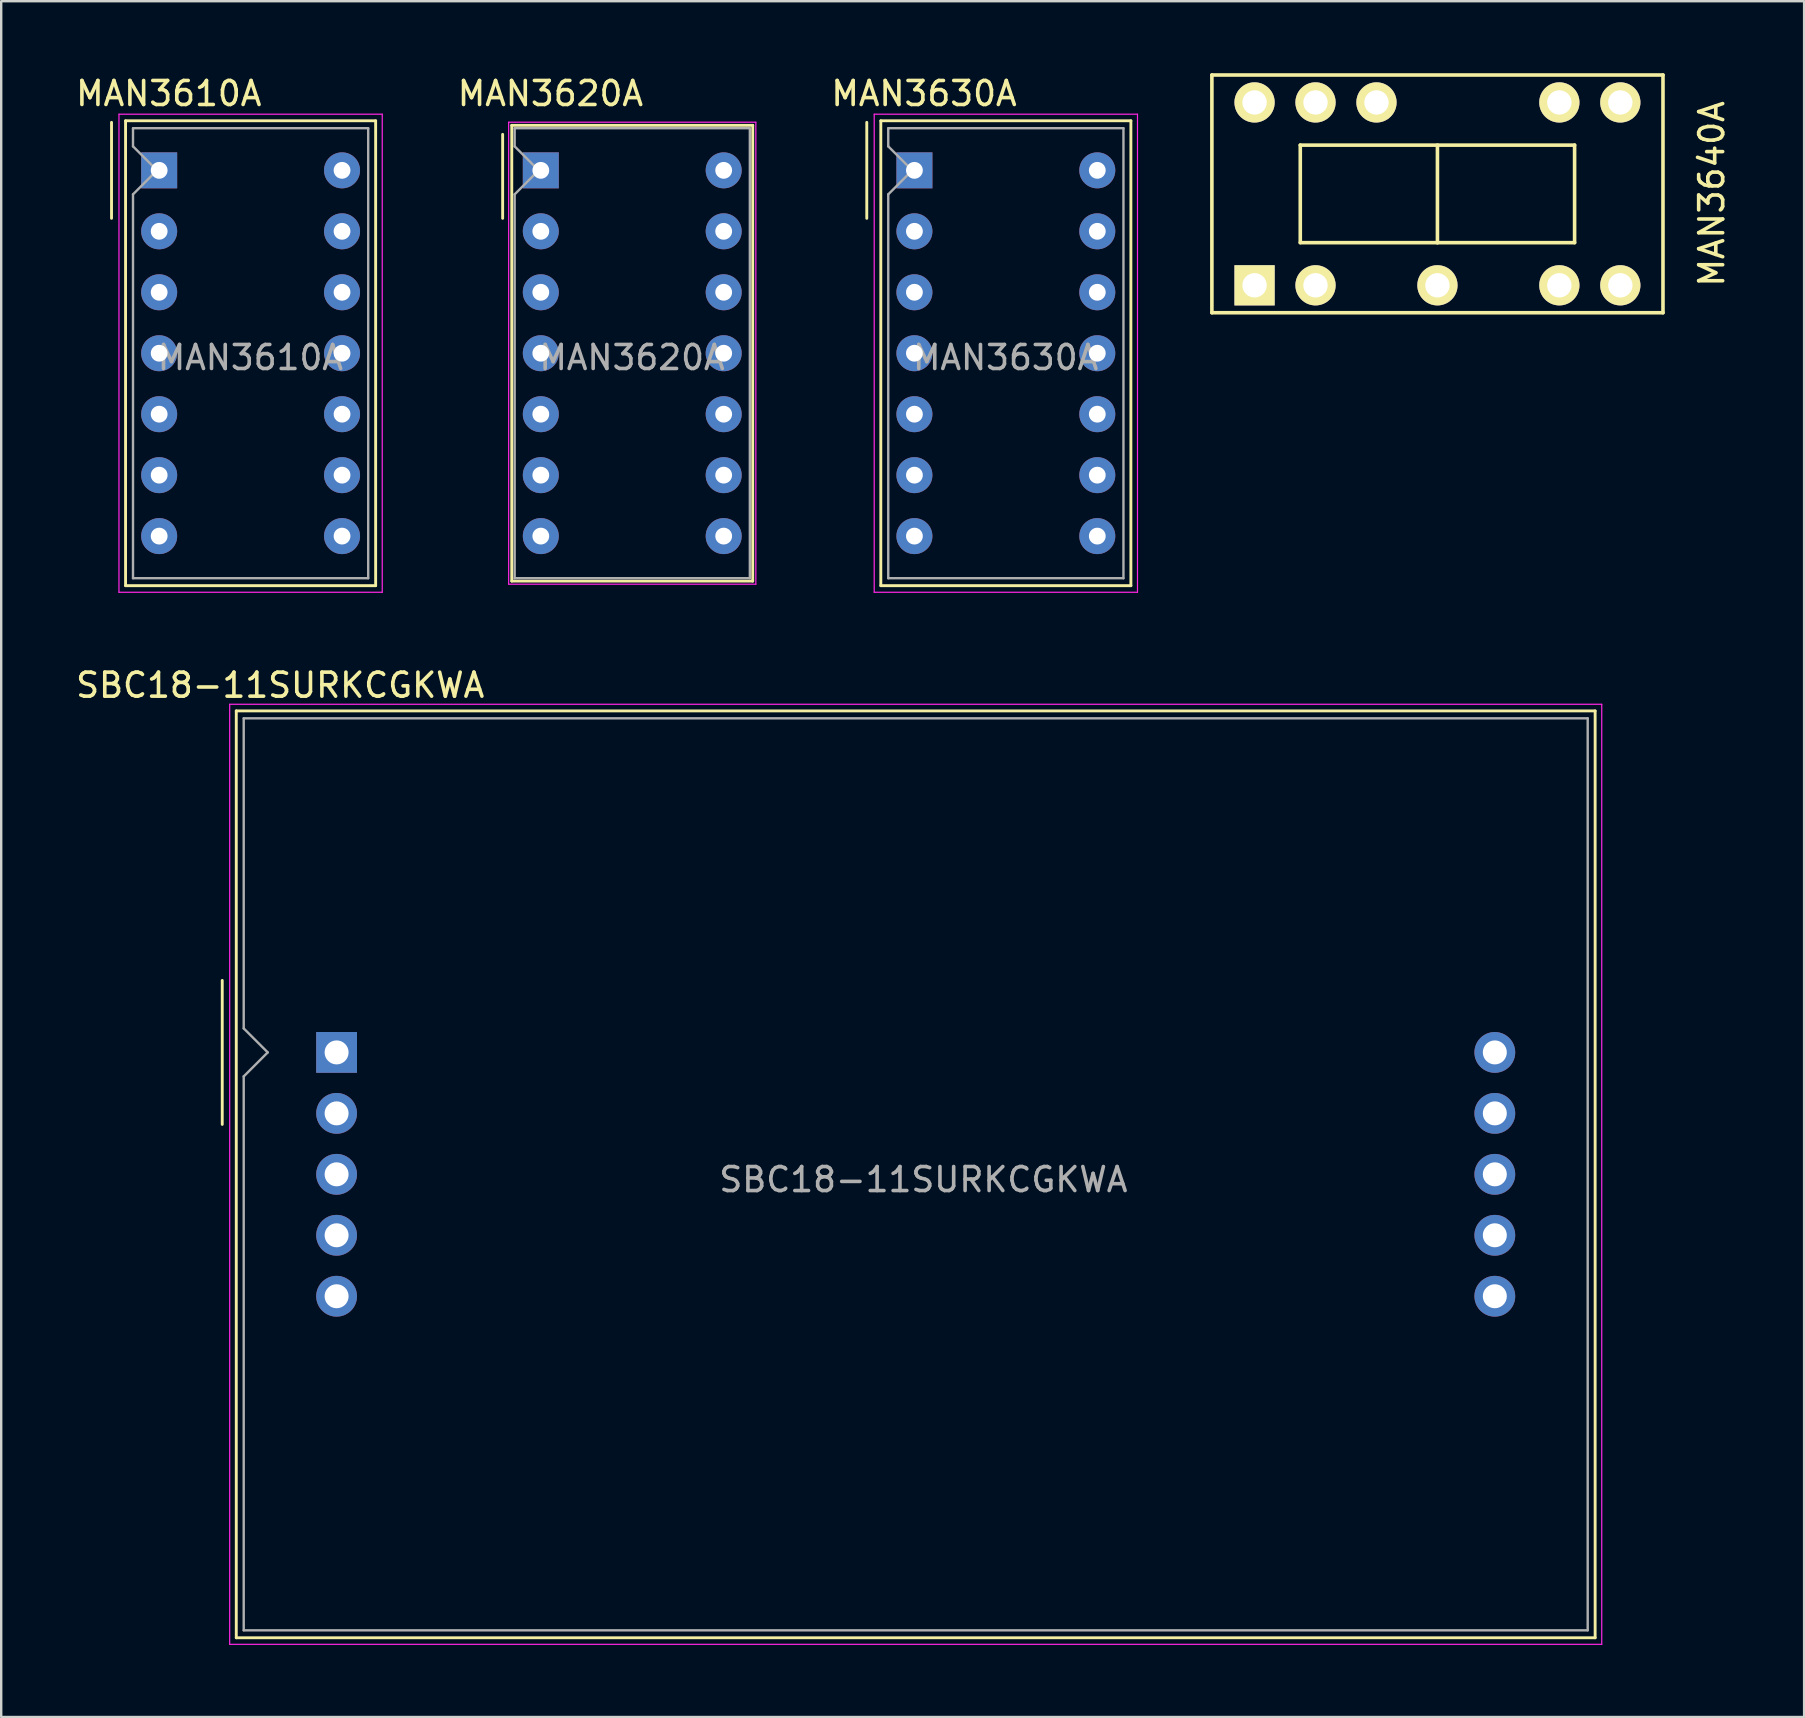
<source format=kicad_pcb>
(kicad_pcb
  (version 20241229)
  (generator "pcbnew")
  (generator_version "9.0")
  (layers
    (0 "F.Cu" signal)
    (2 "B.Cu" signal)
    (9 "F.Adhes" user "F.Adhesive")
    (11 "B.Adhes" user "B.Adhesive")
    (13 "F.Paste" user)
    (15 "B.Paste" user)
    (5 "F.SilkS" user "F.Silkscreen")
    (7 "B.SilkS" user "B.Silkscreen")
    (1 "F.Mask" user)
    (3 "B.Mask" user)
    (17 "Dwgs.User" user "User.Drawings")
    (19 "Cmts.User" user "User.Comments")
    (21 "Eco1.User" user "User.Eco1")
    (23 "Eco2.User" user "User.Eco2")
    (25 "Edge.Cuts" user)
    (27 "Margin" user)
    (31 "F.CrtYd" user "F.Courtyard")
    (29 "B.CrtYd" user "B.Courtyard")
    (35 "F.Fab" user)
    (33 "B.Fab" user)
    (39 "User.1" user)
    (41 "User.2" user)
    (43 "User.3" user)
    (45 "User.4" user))
  (footprint "MAN3630A"
    (layer "F.Cu")
    (at 35.051 4.048)
    (property "Reference" "MAN3630A" (at 0.4 -3.2 0) (layer "F.SilkS") (effects (font (size 1 1) (thickness 0.15))))
    (attr through_hole)
    (fp_line (start -1.985 -2) (end -1.985 2) (stroke (width 0.12) (type solid)) (layer "F.SilkS"))
    (fp_line (start -1.4 -2.065) (end 9.02 -2.065) (stroke (width 0.12) (type solid)) (layer "F.SilkS"))
    (fp_line (start -1.4 17.305) (end -1.4 -2.065) (stroke (width 0.12) (type solid)) (layer "F.SilkS"))
    (fp_line (start 9.02 -2.065) (end 9.02 17.305) (stroke (width 0.12) (type solid)) (layer "F.SilkS"))
    (fp_line (start 9.02 17.305) (end -1.4 17.305) (stroke (width 0.12) (type solid)) (layer "F.SilkS"))
    (fp_line (start -1.675 -2.34) (end 9.295 -2.34) (stroke (width 0.05) (type solid)) (layer "F.CrtYd"))
    (fp_line (start -1.675 17.58) (end -1.675 -2.34) (stroke (width 0.05) (type solid)) (layer "F.CrtYd"))
    (fp_line (start 9.295 -2.34) (end 9.295 17.58) (stroke (width 0.05) (type solid)) (layer "F.CrtYd"))
    (fp_line (start 9.295 17.58) (end -1.675 17.58) (stroke (width 0.05) (type solid)) (layer "F.CrtYd"))
    (fp_line (start -1.09 -1.755) (end 8.71 -1.755) (stroke (width 0.1) (type solid)) (layer "F.Fab"))
    (fp_line (start -1.09 -1) (end -1.09 -1.755) (stroke (width 0.1) (type solid)) (layer "F.Fab"))
    (fp_line (start -1.09 1) (end -0.09 0) (stroke (width 0.1) (type solid)) (layer "F.Fab"))
    (fp_line (start -1.09 16.995) (end -1.09 1) (stroke (width 0.1) (type solid)) (layer "F.Fab"))
    (fp_line (start -0.09 0) (end -1.09 -1) (stroke (width 0.1) (type solid)) (layer "F.Fab"))
    (fp_line (start 8.71 -1.755) (end 8.71 16.995) (stroke (width 0.1) (type solid)) (layer "F.Fab"))
    (fp_line (start 8.71 16.995) (end -1.09 16.995) (stroke (width 0.1) (type solid)) (layer "F.Fab"))
    (fp_text user "${REFERENCE}" (at 3.8 7.8 0) (layer "F.Fab") (effects (font (size 1 1) (thickness 0.15))))
    (pad "1" thru_hole rect (at 0 0) (size 1.5 1.5) (drill 0.7) (layers "*.Cu" "*.Mask"))
    (pad "2" thru_hole circle (at 0 2.54) (size 1.5 1.5) (drill 0.7) (layers "*.Cu" "*.Mask"))
    (pad "3" thru_hole circle (at 0 5.08) (size 1.5 1.5) (drill 0.7) (layers "*.Cu" "*.Mask"))
    (pad "4" thru_hole circle (at 0 7.62) (size 1.5 1.5) (drill 0.7) (layers "*.Cu" "*.Mask"))
    (pad "5" thru_hole circle (at 0 10.16) (size 1.5 1.5) (drill 0.7) (layers "*.Cu" "*.Mask"))
    (pad "6" thru_hole circle (at 0 12.7) (size 1.5 1.5) (drill 0.7) (layers "*.Cu" "*.Mask"))
    (pad "7" thru_hole circle (at 0 15.24) (size 1.5 1.5) (drill 0.7) (layers "*.Cu" "*.Mask"))
    (pad "8" thru_hole circle (at 7.62 15.24) (size 1.5 1.5) (drill 0.7) (layers "*.Cu" "*.Mask"))
    (pad "9" thru_hole circle (at 7.62 12.7) (size 1.5 1.5) (drill 0.7) (layers "*.Cu" "*.Mask"))
    (pad "10" thru_hole circle (at 7.62 10.16) (size 1.5 1.5) (drill 0.7) (layers "*.Cu" "*.Mask"))
    (pad "11" thru_hole circle (at 7.62 7.62) (size 1.5 1.5) (drill 0.7) (layers "*.Cu" "*.Mask"))
    (pad "12" thru_hole circle (at 7.62 5.08) (size 1.5 1.5) (drill 0.7) (layers "*.Cu" "*.Mask"))
    (pad "13" thru_hole circle (at 7.62 2.54) (size 1.5 1.5) (drill 0.7) (layers "*.Cu" "*.Mask"))
    (pad "14" thru_hole circle (at 7.62 0) (size 1.5 1.5) (drill 0.7) (layers "*.Cu" "*.Mask")))
  (footprint "MAN3620A"
    (layer "F.Cu")
    (at 19.484 4.048)
    (property "Reference" "MAN3620A" (at 0.4 -3.2 0) (layer "F.SilkS") (effects (font (size 1 1) (thickness 0.15))))
    (attr through_hole)
    (fp_line (start -1.59 -1.5) (end -1.59 2) (stroke (width 0.12) (type solid)) (layer "F.SilkS"))
    (fp_line (start -1.21 -1.875) (end 8.83 -1.875) (stroke (width 0.12) (type solid)) (layer "F.SilkS"))
    (fp_line (start -1.21 17.115) (end -1.21 -1.875) (stroke (width 0.12) (type solid)) (layer "F.SilkS"))
    (fp_line (start 8.83 -1.875) (end 8.83 17.115) (stroke (width 0.12) (type solid)) (layer "F.SilkS"))
    (fp_line (start 8.83 17.115) (end -1.21 17.115) (stroke (width 0.12) (type solid)) (layer "F.SilkS"))
    (fp_line (start -1.34 -2.005) (end 8.96 -2.005) (stroke (width 0.05) (type solid)) (layer "F.CrtYd"))
    (fp_line (start -1.34 17.245) (end -1.34 -2.005) (stroke (width 0.05) (type solid)) (layer "F.CrtYd"))
    (fp_line (start 8.96 -2.005) (end 8.96 17.245) (stroke (width 0.05) (type solid)) (layer "F.CrtYd"))
    (fp_line (start 8.96 17.245) (end -1.34 17.245) (stroke (width 0.05) (type solid)) (layer "F.CrtYd"))
    (fp_line (start -1.09 -1.755) (end 8.71 -1.755) (stroke (width 0.1) (type solid)) (layer "F.Fab"))
    (fp_line (start -1.09 -1) (end -1.09 -1.755) (stroke (width 0.1) (type solid)) (layer "F.Fab"))
    (fp_line (start -1.09 1) (end -0.09 0) (stroke (width 0.1) (type solid)) (layer "F.Fab"))
    (fp_line (start -1.09 16.995) (end -1.09 1) (stroke (width 0.1) (type solid)) (layer "F.Fab"))
    (fp_line (start -0.09 0) (end -1.09 -1) (stroke (width 0.1) (type solid)) (layer "F.Fab"))
    (fp_line (start 8.71 -1.755) (end 8.71 16.995) (stroke (width 0.1) (type solid)) (layer "F.Fab"))
    (fp_line (start 8.71 16.995) (end -1.09 16.995) (stroke (width 0.1) (type solid)) (layer "F.Fab"))
    (fp_text user "${REFERENCE}" (at 3.8 7.8 0) (layer "F.Fab") (effects (font (size 1 1) (thickness 0.15))))
    (pad "1" thru_hole rect (at 0 0) (size 1.5 1.5) (drill 0.7) (layers "*.Cu" "*.Mask"))
    (pad "2" thru_hole circle (at 0 2.54) (size 1.5 1.5) (drill 0.7) (layers "*.Cu" "*.Mask"))
    (pad "3" thru_hole circle (at 0 5.08) (size 1.5 1.5) (drill 0.7) (layers "*.Cu" "*.Mask"))
    (pad "4" thru_hole circle (at 0 7.62) (size 1.5 1.5) (drill 0.7) (layers "*.Cu" "*.Mask"))
    (pad "5" thru_hole circle (at 0 10.16) (size 1.5 1.5) (drill 0.7) (layers "*.Cu" "*.Mask"))
    (pad "6" thru_hole circle (at 0 12.7) (size 1.5 1.5) (drill 0.7) (layers "*.Cu" "*.Mask"))
    (pad "7" thru_hole circle (at 0 15.24) (size 1.5 1.5) (drill 0.7) (layers "*.Cu" "*.Mask"))
    (pad "8" thru_hole circle (at 7.62 15.24) (size 1.5 1.5) (drill 0.7) (layers "*.Cu" "*.Mask"))
    (pad "9" thru_hole circle (at 7.62 12.7) (size 1.5 1.5) (drill 0.7) (layers "*.Cu" "*.Mask"))
    (pad "10" thru_hole circle (at 7.62 10.16) (size 1.5 1.5) (drill 0.7) (layers "*.Cu" "*.Mask"))
    (pad "11" thru_hole circle (at 7.62 7.62) (size 1.5 1.5) (drill 0.7) (layers "*.Cu" "*.Mask"))
    (pad "12" thru_hole circle (at 7.62 5.08) (size 1.5 1.5) (drill 0.7) (layers "*.Cu" "*.Mask"))
    (pad "13" thru_hole circle (at 7.62 2.54) (size 1.5 1.5) (drill 0.7) (layers "*.Cu" "*.Mask"))
    (pad "14" thru_hole circle (at 7.62 0) (size 1.5 1.5) (drill 0.7) (layers "*.Cu" "*.Mask")))
  (footprint "MAN3610A"
    (layer "F.Cu")
    (at 3.582 4.048)
    (property "Reference" "MAN3610A" (at 0.4 -3.2 0) (layer "F.SilkS") (effects (font (size 1 1) (thickness 0.15))))
    (attr through_hole)
    (fp_line (start -1.985 -2) (end -1.985 2) (stroke (width 0.12) (type solid)) (layer "F.SilkS"))
    (fp_line (start -1.4 -2.065) (end 9.02 -2.065) (stroke (width 0.12) (type solid)) (layer "F.SilkS"))
    (fp_line (start -1.4 17.305) (end -1.4 -2.065) (stroke (width 0.12) (type solid)) (layer "F.SilkS"))
    (fp_line (start 9.02 -2.065) (end 9.02 17.305) (stroke (width 0.12) (type solid)) (layer "F.SilkS"))
    (fp_line (start 9.02 17.305) (end -1.4 17.305) (stroke (width 0.12) (type solid)) (layer "F.SilkS"))
    (fp_line (start -1.675 -2.34) (end 9.295 -2.34) (stroke (width 0.05) (type solid)) (layer "F.CrtYd"))
    (fp_line (start -1.675 17.58) (end -1.675 -2.34) (stroke (width 0.05) (type solid)) (layer "F.CrtYd"))
    (fp_line (start 9.295 -2.34) (end 9.295 17.58) (stroke (width 0.05) (type solid)) (layer "F.CrtYd"))
    (fp_line (start 9.295 17.58) (end -1.675 17.58) (stroke (width 0.05) (type solid)) (layer "F.CrtYd"))
    (fp_line (start -1.09 -1.755) (end 8.71 -1.755) (stroke (width 0.1) (type solid)) (layer "F.Fab"))
    (fp_line (start -1.09 -1) (end -1.09 -1.755) (stroke (width 0.1) (type solid)) (layer "F.Fab"))
    (fp_line (start -1.09 1) (end -0.09 0) (stroke (width 0.1) (type solid)) (layer "F.Fab"))
    (fp_line (start -1.09 16.995) (end -1.09 1) (stroke (width 0.1) (type solid)) (layer "F.Fab"))
    (fp_line (start -0.09 0) (end -1.09 -1) (stroke (width 0.1) (type solid)) (layer "F.Fab"))
    (fp_line (start 8.71 -1.755) (end 8.71 16.995) (stroke (width 0.1) (type solid)) (layer "F.Fab"))
    (fp_line (start 8.71 16.995) (end -1.09 16.995) (stroke (width 0.1) (type solid)) (layer "F.Fab"))
    (fp_text user "${REFERENCE}" (at 3.8 7.8 0) (layer "F.Fab") (effects (font (size 1 1) (thickness 0.15))))
    (pad "1" thru_hole rect (at 0 0) (size 1.5 1.5) (drill 0.7) (layers "*.Cu" "*.Mask"))
    (pad "2" thru_hole circle (at 0 2.54) (size 1.5 1.5) (drill 0.7) (layers "*.Cu" "*.Mask"))
    (pad "3" thru_hole circle (at 0 5.08) (size 1.5 1.5) (drill 0.7) (layers "*.Cu" "*.Mask"))
    (pad "4" thru_hole circle (at 0 7.62) (size 1.5 1.5) (drill 0.7) (layers "*.Cu" "*.Mask"))
    (pad "5" thru_hole circle (at 0 10.16) (size 1.5 1.5) (drill 0.7) (layers "*.Cu" "*.Mask"))
    (pad "6" thru_hole circle (at 0 12.7) (size 1.5 1.5) (drill 0.7) (layers "*.Cu" "*.Mask"))
    (pad "7" thru_hole circle (at 0 15.24) (size 1.5 1.5) (drill 0.7) (layers "*.Cu" "*.Mask"))
    (pad "8" thru_hole circle (at 7.62 15.24) (size 1.5 1.5) (drill 0.7) (layers "*.Cu" "*.Mask"))
    (pad "9" thru_hole circle (at 7.62 12.7) (size 1.5 1.5) (drill 0.7) (layers "*.Cu" "*.Mask"))
    (pad "10" thru_hole circle (at 7.62 10.16) (size 1.5 1.5) (drill 0.7) (layers "*.Cu" "*.Mask"))
    (pad "11" thru_hole circle (at 7.62 7.62) (size 1.5 1.5) (drill 0.7) (layers "*.Cu" "*.Mask"))
    (pad "12" thru_hole circle (at 7.62 5.08) (size 1.5 1.5) (drill 0.7) (layers "*.Cu" "*.Mask"))
    (pad "13" thru_hole circle (at 7.62 2.54) (size 1.5 1.5) (drill 0.7) (layers "*.Cu" "*.Mask"))
    (pad "14" thru_hole circle (at 7.62 0) (size 1.5 1.5) (drill 0.7) (layers "*.Cu" "*.Mask")))
  (footprint "SBC18-11SURKCGKWA"
    (layer "F.Cu")
    (at 10.975 40.801)
    (property "Reference" "SBC18-11SURKCGKWA" (at -2.35 -15.3 0) (layer "F.SilkS") (effects (font (size 1 1) (thickness 0.15))))
    (attr through_hole)
    (fp_line (start -4.765 -3) (end -4.765 3) (stroke (width 0.12) (type solid)) (layer "F.SilkS"))
    (fp_line (start -4.18 -14.23) (end 52.44 -14.23) (stroke (width 0.12) (type solid)) (layer "F.SilkS"))
    (fp_line (start -4.18 24.39) (end -4.18 -14.23) (stroke (width 0.12) (type solid)) (layer "F.SilkS"))
    (fp_line (start 52.44 -14.23) (end 52.44 24.39) (stroke (width 0.12) (type solid)) (layer "F.SilkS"))
    (fp_line (start 52.44 24.39) (end -4.18 24.39) (stroke (width 0.12) (type solid)) (layer "F.SilkS"))
    (fp_line (start -4.455 -14.505) (end 52.715 -14.505) (stroke (width 0.05) (type solid)) (layer "F.CrtYd"))
    (fp_line (start -4.455 24.665) (end -4.455 -14.505) (stroke (width 0.05) (type solid)) (layer "F.CrtYd"))
    (fp_line (start 52.715 -14.505) (end 52.715 24.665) (stroke (width 0.05) (type solid)) (layer "F.CrtYd"))
    (fp_line (start 52.715 24.665) (end -4.455 24.665) (stroke (width 0.05) (type solid)) (layer "F.CrtYd"))
    (fp_line (start -3.87 -13.92) (end 52.13 -13.92) (stroke (width 0.1) (type solid)) (layer "F.Fab"))
    (fp_line (start -3.87 -1) (end -3.87 -13.92) (stroke (width 0.1) (type solid)) (layer "F.Fab"))
    (fp_line (start -3.87 1) (end -2.87 0) (stroke (width 0.1) (type solid)) (layer "F.Fab"))
    (fp_line (start -3.87 24.08) (end -3.87 1) (stroke (width 0.1) (type solid)) (layer "F.Fab"))
    (fp_line (start -2.87 0) (end -3.87 -1) (stroke (width 0.1) (type solid)) (layer "F.Fab"))
    (fp_line (start 52.13 -13.92) (end 52.13 24.08) (stroke (width 0.1) (type solid)) (layer "F.Fab"))
    (fp_line (start 52.13 24.08) (end -3.87 24.08) (stroke (width 0.1) (type solid)) (layer "F.Fab"))
    (fp_text user "${REFERENCE}" (at 24.45 5.3 0) (layer "F.Fab") (effects (font (size 1 1) (thickness 0.15))))
    (pad "1" thru_hole rect (at 0 0) (size 1.7 1.7) (drill 1) (layers "*.Cu" "*.Mask"))
    (pad "2" thru_hole circle (at 0 2.54) (size 1.7 1.7) (drill 1) (layers "*.Cu" "*.Mask"))
    (pad "3" thru_hole circle (at 0 5.08) (size 1.7 1.7) (drill 1) (layers "*.Cu" "*.Mask"))
    (pad "4" thru_hole circle (at 0 7.62) (size 1.7 1.7) (drill 1) (layers "*.Cu" "*.Mask"))
    (pad "5" thru_hole circle (at 0 10.16) (size 1.7 1.7) (drill 1) (layers "*.Cu" "*.Mask"))
    (pad "6" thru_hole circle (at 48.26 10.16) (size 1.7 1.7) (drill 1) (layers "*.Cu" "*.Mask"))
    (pad "7" thru_hole circle (at 48.26 7.62) (size 1.7 1.7) (drill 1) (layers "*.Cu" "*.Mask"))
    (pad "8" thru_hole circle (at 48.26 5.08) (size 1.7 1.7) (drill 1) (layers "*.Cu" "*.Mask"))
    (pad "9" thru_hole circle (at 48.26 2.54) (size 1.7 1.7) (drill 1) (layers "*.Cu" "*.Mask"))
    (pad "10" thru_hole circle (at 48.26 0) (size 1.7 1.7) (drill 1) (layers "*.Cu" "*.Mask")))
  (footprint "MAN3640A"
    (layer "F.Cu")
    (at 56.844 5.028)
    (property "Reference" "MAN3640A" (at 11.43 0 90) (layer "F.SilkS") (effects (font (size 1 1) (thickness 0.15))))
    (attr through_hole)
    (fp_line (start -9.398 -4.953) (end -9.398 4.953) (stroke (width 0.15) (type solid)) (layer "F.SilkS"))
    (fp_line (start -9.398 4.953) (end 9.398 4.953) (stroke (width 0.15) (type solid)) (layer "F.SilkS"))
    (fp_line (start -5.715 -2.032) (end 5.715 -2.032) (stroke (width 0.15) (type solid)) (layer "F.SilkS"))
    (fp_line (start -5.715 2.032) (end -5.715 -2.032) (stroke (width 0.15) (type solid)) (layer "F.SilkS"))
    (fp_line (start 0 2.032) (end -5.715 2.032) (stroke (width 0.15) (type solid)) (layer "F.SilkS"))
    (fp_line (start 0 2.032) (end 0 -2.032) (stroke (width 0.15) (type solid)) (layer "F.SilkS"))
    (fp_line (start 5.715 -2.032) (end 5.715 2.032) (stroke (width 0.15) (type solid)) (layer "F.SilkS"))
    (fp_line (start 5.715 2.032) (end 0 2.032) (stroke (width 0.15) (type solid)) (layer "F.SilkS"))
    (fp_line (start 9.398 -4.953) (end -9.398 -4.953) (stroke (width 0.15) (type solid)) (layer "F.SilkS"))
    (fp_line (start 9.398 4.953) (end 9.398 -4.953) (stroke (width 0.15) (type solid)) (layer "F.SilkS"))
    (pad "1" thru_hole rect (at -7.62 3.81) (size 1.676 1.676) (drill 1.016) (layers "*.Cu" "*.Mask" "F.SilkS"))
    (pad "2" thru_hole circle (at -5.08 3.81) (size 1.676 1.676) (drill 1.016) (layers "*.Cu" "*.Mask" "F.SilkS"))
    (pad "4" thru_hole circle (at 0 3.81) (size 1.676 1.676) (drill 1.016) (layers "*.Cu" "*.Mask" "F.SilkS"))
    (pad "6" thru_hole circle (at 5.08 3.81) (size 1.676 1.676) (drill 1.016) (layers "*.Cu" "*.Mask" "F.SilkS"))
    (pad "7" thru_hole circle (at 7.62 3.81) (size 1.676 1.676) (drill 1.016) (layers "*.Cu" "*.Mask" "F.SilkS"))
    (pad "8" thru_hole circle (at 7.62 -3.81) (size 1.676 1.676) (drill 1.016) (layers "*.Cu" "*.Mask" "F.SilkS"))
    (pad "9" thru_hole circle (at 5.08 -3.81) (size 1.676 1.676) (drill 1.016) (layers "*.Cu" "*.Mask" "F.SilkS"))
    (pad "12" thru_hole circle (at -2.54 -3.81) (size 1.676 1.676) (drill 1.016) (layers "*.Cu" "*.Mask" "F.SilkS"))
    (pad "13" thru_hole circle (at -5.08 -3.81) (size 1.676 1.676) (drill 1.016) (layers "*.Cu" "*.Mask" "F.SilkS"))
    (pad "14" thru_hole circle (at -7.62 -3.81) (size 1.676 1.676) (drill 1.016) (layers "*.Cu" "*.Mask" "F.SilkS")))
  (gr_rect
    (start -3 -3)
    (end 72.123 68.492)
    (stroke (width 0.1) (type default))
    (fill no)
    (layer "Edge.Cuts")))
</source>
